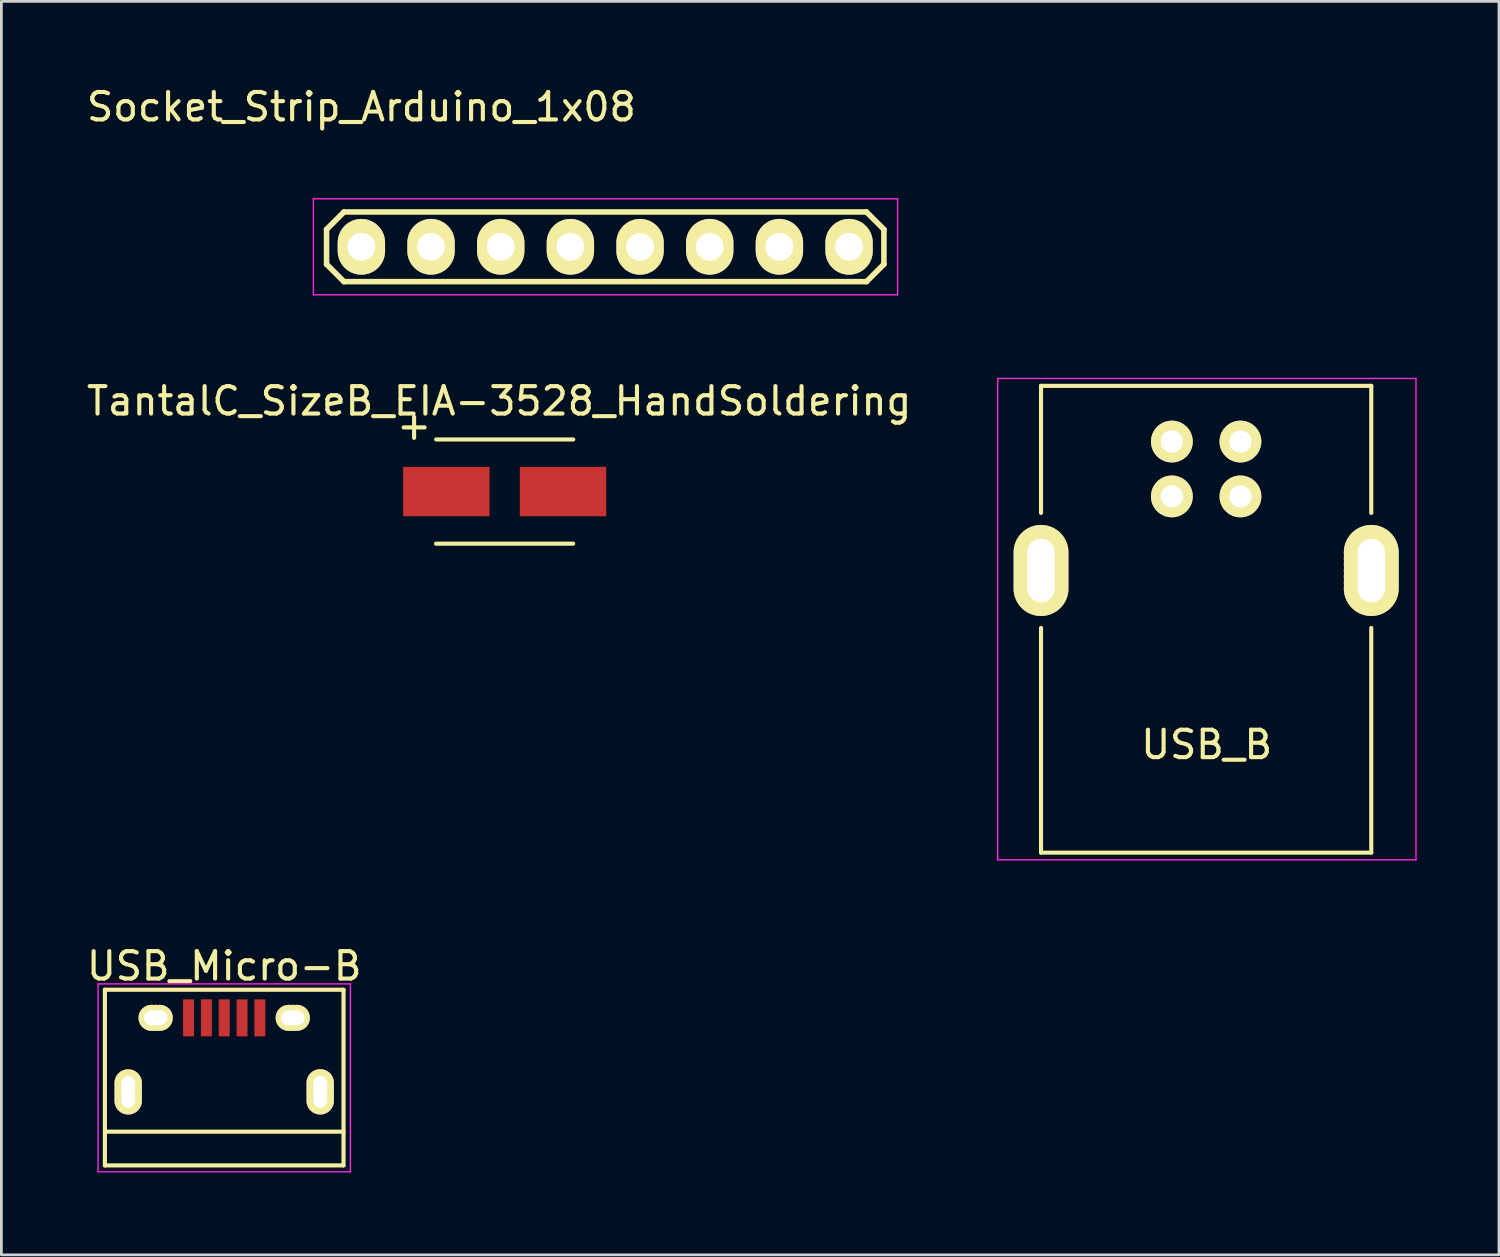
<source format=kicad_pcb>
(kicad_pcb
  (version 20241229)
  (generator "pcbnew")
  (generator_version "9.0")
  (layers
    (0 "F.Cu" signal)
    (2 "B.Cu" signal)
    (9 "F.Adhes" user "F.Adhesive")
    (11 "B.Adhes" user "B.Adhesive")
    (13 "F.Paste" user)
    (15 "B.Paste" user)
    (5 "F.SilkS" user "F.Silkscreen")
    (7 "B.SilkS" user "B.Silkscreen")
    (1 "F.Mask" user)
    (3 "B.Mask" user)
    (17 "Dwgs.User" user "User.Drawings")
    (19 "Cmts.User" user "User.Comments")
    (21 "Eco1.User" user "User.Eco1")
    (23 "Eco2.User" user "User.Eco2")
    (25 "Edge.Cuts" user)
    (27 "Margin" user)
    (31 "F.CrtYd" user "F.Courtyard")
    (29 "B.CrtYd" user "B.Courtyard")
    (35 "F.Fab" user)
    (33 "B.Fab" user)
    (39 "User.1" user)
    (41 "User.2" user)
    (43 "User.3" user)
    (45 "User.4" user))
  (footprint "Socket_Strip_Arduino_1x08"
    (layer "F.Cu")
    (at 10.125 5.948)
    (property "Reference" "Socket_Strip_Arduino_1x08" (at 0 -5.1 0) (layer "F.SilkS") (effects (font (size 1 1) (thickness 0.15))))
    (attr through_hole)
    (fp_line (start -1.27 -0.635) (end -0.635 -1.27) (stroke (width 0.203) (type solid)) (layer "F.SilkS"))
    (fp_line (start -1.27 0.635) (end -1.27 -0.635) (stroke (width 0.203) (type solid)) (layer "F.SilkS"))
    (fp_line (start -0.635 -1.27) (end 18.415 -1.27) (stroke (width 0.203) (type solid)) (layer "F.SilkS"))
    (fp_line (start -0.635 1.27) (end -1.27 0.635) (stroke (width 0.203) (type solid)) (layer "F.SilkS"))
    (fp_line (start 18.415 -1.27) (end 19.05 -0.635) (stroke (width 0.203) (type solid)) (layer "F.SilkS"))
    (fp_line (start 18.415 1.27) (end -0.635 1.27) (stroke (width 0.203) (type solid)) (layer "F.SilkS"))
    (fp_line (start 19.05 -0.635) (end 19.05 0.635) (stroke (width 0.203) (type solid)) (layer "F.SilkS"))
    (fp_line (start 19.05 0.635) (end 18.415 1.27) (stroke (width 0.203) (type solid)) (layer "F.SilkS"))
    (fp_line (start -1.75 -1.75) (end -1.75 1.75) (stroke (width 0.05) (type solid)) (layer "F.CrtYd"))
    (fp_line (start -1.75 -1.75) (end 19.55 -1.75) (stroke (width 0.05) (type solid)) (layer "F.CrtYd"))
    (fp_line (start -1.75 1.75) (end 19.55 1.75) (stroke (width 0.05) (type solid)) (layer "F.CrtYd"))
    (fp_line (start 19.55 -1.75) (end 19.55 1.75) (stroke (width 0.05) (type solid)) (layer "F.CrtYd"))
    (pad "1" thru_hole oval (at 0 0) (size 1.727 2.032) (drill 1.016) (layers "*.Cu" "*.Mask" "F.SilkS"))
    (pad "2" thru_hole oval (at 2.54 0) (size 1.727 2.032) (drill 1.016) (layers "*.Cu" "*.Mask" "F.SilkS"))
    (pad "3" thru_hole oval (at 5.08 0) (size 1.727 2.032) (drill 1.016) (layers "*.Cu" "*.Mask" "F.SilkS"))
    (pad "4" thru_hole oval (at 7.62 0) (size 1.727 2.032) (drill 1.016) (layers "*.Cu" "*.Mask" "F.SilkS"))
    (pad "5" thru_hole oval (at 10.16 0) (size 1.727 2.032) (drill 1.016) (layers "*.Cu" "*.Mask" "F.SilkS"))
    (pad "6" thru_hole oval (at 12.7 0) (size 1.727 2.032) (drill 1.016) (layers "*.Cu" "*.Mask" "F.SilkS"))
    (pad "7" thru_hole oval (at 15.24 0) (size 1.727 2.032) (drill 1.016) (layers "*.Cu" "*.Mask" "F.SilkS"))
    (pad "8" thru_hole oval (at 17.78 0) (size 1.727 2.032) (drill 1.016) (layers "*.Cu" "*.Mask" "F.SilkS")))
  (footprint "USB_B"
    (layer "F.Cu")
    (at 40.923 14.048)
    (property "Reference" "USB_B" (at 0.02 10.05 0) (layer "F.SilkS") (effects (font (size 1 1) (thickness 0.15))))
    (attr through_hole)
    (fp_line (start -6.02 -3.032) (end -6.02 1.603) (stroke (width 0.15) (type solid)) (layer "F.SilkS"))
    (fp_line (start -6.02 -3.031) (end 6.02 -3.031) (stroke (width 0.15) (type solid)) (layer "F.SilkS"))
    (fp_line (start -6.02 13.986) (end -6.02 5.795) (stroke (width 0.15) (type solid)) (layer "F.SilkS"))
    (fp_line (start 6.02 -3.032) (end 6.02 1.603) (stroke (width 0.15) (type solid)) (layer "F.SilkS"))
    (fp_line (start 6.02 13.986) (end 6.02 5.795) (stroke (width 0.15) (type solid)) (layer "F.SilkS"))
    (fp_line (start 6.02 13.987) (end -6.02 13.987) (stroke (width 0.15) (type solid)) (layer "F.SilkS"))
    (fp_line (start -7.6 -3.3) (end 7.65 -3.3) (stroke (width 0.05) (type solid)) (layer "F.CrtYd"))
    (fp_line (start -7.6 14.25) (end -7.6 -3.3) (stroke (width 0.05) (type solid)) (layer "F.CrtYd"))
    (fp_line (start 7.65 -3.3) (end 7.65 14.25) (stroke (width 0.05) (type solid)) (layer "F.CrtYd"))
    (fp_line (start 7.65 14.25) (end -7.6 14.25) (stroke (width 0.05) (type solid)) (layer "F.CrtYd"))
    (pad "1" thru_hole circle (at 1.25 -1 180) (size 1.524 1.524) (drill 0.813) (layers "*.Cu" "*.Mask" "F.SilkS"))
    (pad "2" thru_hole circle (at -1.25 -1 180) (size 1.524 1.524) (drill 0.813) (layers "*.Cu" "*.Mask" "F.SilkS"))
    (pad "3" thru_hole circle (at -1.25 1 180) (size 1.524 1.524) (drill 0.813) (layers "*.Cu" "*.Mask" "F.SilkS"))
    (pad "4" thru_hole circle (at 1.25 1 180) (size 1.524 1.524) (drill 0.813) (layers "*.Cu" "*.Mask" "F.SilkS"))
    (pad "5" thru_hole circle (at -6.02 3.04 180) (size 2 2) (drill 1) (layers "*.Cu" "*.Mask" "F.SilkS"))
    (pad "5" thru_hole circle (at -6.02 3.26 180) (size 2 2) (drill 1) (layers "*.Cu" "*.Mask" "F.SilkS"))
    (pad "5" thru_hole circle (at -6.02 3.48 180) (size 2 2) (drill 1) (layers "*.Cu" "*.Mask" "F.SilkS"))
    (pad "5" thru_hole circle (at -6.02 3.7 180) (size 2 2) (drill 1) (layers "*.Cu" "*.Mask" "F.SilkS"))
    (pad "5" thru_hole circle (at -6.02 3.92 180) (size 2 2) (drill 1) (layers "*.Cu" "*.Mask" "F.SilkS"))
    (pad "5" thru_hole circle (at -6.02 4.14 180) (size 2 2) (drill 1) (layers "*.Cu" "*.Mask" "F.SilkS"))
    (pad "5" thru_hole circle (at -6.02 4.36 180) (size 2 2) (drill 1) (layers "*.Cu" "*.Mask" "F.SilkS"))
    (pad "5" thru_hole circle (at 6.02 3.04 180) (size 2 2) (drill 1) (layers "*.Cu" "*.Mask" "F.SilkS"))
    (pad "5" thru_hole circle (at 6.02 3.26 180) (size 2 2) (drill 1) (layers "*.Cu" "*.Mask" "F.SilkS"))
    (pad "5" thru_hole circle (at 6.02 3.48 180) (size 2 2) (drill 1) (layers "*.Cu" "*.Mask" "F.SilkS"))
    (pad "5" thru_hole circle (at 6.02 3.7 180) (size 2 2) (drill 1) (layers "*.Cu" "*.Mask" "F.SilkS"))
    (pad "5" thru_hole circle (at 6.02 3.92 180) (size 2 2) (drill 1) (layers "*.Cu" "*.Mask" "F.SilkS"))
    (pad "5" thru_hole circle (at 6.02 4.14 180) (size 2 2) (drill 1) (layers "*.Cu" "*.Mask" "F.SilkS"))
    (pad "5" thru_hole circle (at 6.02 4.36 180) (size 2 2) (drill 1) (layers "*.Cu" "*.Mask" "F.SilkS")))
  (footprint "USB_Micro-B"
    (layer "F.Cu")
    (at 5.125 35.621)
    (property "Reference" "USB_Micro-B" (at 0 -3.45 0) (layer "F.SilkS") (effects (font (size 1 1) (thickness 0.15))))
    (attr smd)
    (fp_line (start -4.351 -2.588) (end 4.349 -2.588) (stroke (width 0.15) (type solid)) (layer "F.SilkS"))
    (fp_line (start -4.351 3.817) (end -4.351 -2.588) (stroke (width 0.15) (type solid)) (layer "F.SilkS"))
    (fp_line (start -4.351 3.817) (end 4.349 3.817) (stroke (width 0.15) (type solid)) (layer "F.SilkS"))
    (fp_line (start 4.349 -2.588) (end 4.349 3.817) (stroke (width 0.15) (type solid)) (layer "F.SilkS"))
    (fp_line (start 4.349 2.587) (end -4.351 2.587) (stroke (width 0.15) (type solid)) (layer "F.SilkS"))
    (fp_line (start -4.6 -2.8) (end 4.6 -2.8) (stroke (width 0.05) (type solid)) (layer "F.CrtYd"))
    (fp_line (start -4.6 4.05) (end -4.6 -2.8) (stroke (width 0.05) (type solid)) (layer "F.CrtYd"))
    (fp_line (start 4.6 -2.8) (end 4.6 4.05) (stroke (width 0.05) (type solid)) (layer "F.CrtYd"))
    (fp_line (start 4.6 4.05) (end -4.6 4.05) (stroke (width 0.05) (type solid)) (layer "F.CrtYd"))
    (pad "1" smd rect (at -1.301 -1.563 90) (size 1.35 0.4) (layers "F.Cu" "F.Mask" "F.Paste"))
    (pad "2" smd rect (at -0.651 -1.563 90) (size 1.35 0.4) (layers "F.Cu" "F.Mask" "F.Paste"))
    (pad "3" smd rect (at -0.001 -1.563 90) (size 1.35 0.4) (layers "F.Cu" "F.Mask" "F.Paste"))
    (pad "4" smd rect (at 0.649 -1.563 90) (size 1.35 0.4) (layers "F.Cu" "F.Mask" "F.Paste"))
    (pad "5" smd rect (at 1.299 -1.563 90) (size 1.35 0.4) (layers "F.Cu" "F.Mask" "F.Paste"))
    (pad "6" thru_hole circle (at -3.501 0.812 90) (size 1 1) (drill 0.5) (layers "*.Cu" "*.Mask" "F.SilkS"))
    (pad "6" thru_hole circle (at -3.501 0.975 90) (size 1 1) (drill 0.5) (layers "*.Cu" "*.Mask" "F.SilkS"))
    (pad "6" thru_hole circle (at -3.501 1.137 90) (size 1 1) (drill 0.5) (layers "*.Cu" "*.Mask" "F.SilkS"))
    (pad "6" thru_hole circle (at -3.501 1.3 90) (size 1 1) (drill 0.5) (layers "*.Cu" "*.Mask" "F.SilkS"))
    (pad "6" thru_hole circle (at -3.501 1.462 90) (size 1 1) (drill 0.5) (layers "*.Cu" "*.Mask" "F.SilkS"))
    (pad "6" thru_hole circle (at -2.651 -1.563 90) (size 0.95 0.95) (drill 0.55) (layers "*.Cu" "*.Mask" "F.SilkS"))
    (pad "6" thru_hole circle (at -2.501 -1.563 90) (size 0.95 0.95) (drill 0.55) (layers "*.Cu" "*.Mask" "F.SilkS"))
    (pad "6" thru_hole circle (at -2.351 -1.563 90) (size 0.95 0.95) (drill 0.55) (layers "*.Cu" "*.Mask" "F.SilkS"))
    (pad "6" thru_hole circle (at 2.349 -1.563 90) (size 0.95 0.95) (drill 0.55) (layers "*.Cu" "*.Mask" "F.SilkS"))
    (pad "6" thru_hole circle (at 2.499 -1.563 90) (size 0.95 0.95) (drill 0.55) (layers "*.Cu" "*.Mask" "F.SilkS"))
    (pad "6" thru_hole circle (at 2.649 -1.563 90) (size 0.95 0.95) (drill 0.55) (layers "*.Cu" "*.Mask" "F.SilkS"))
    (pad "6" thru_hole circle (at 3.499 0.807 90) (size 1 1) (drill 0.5) (layers "*.Cu" "*.Mask" "F.SilkS"))
    (pad "6" thru_hole circle (at 3.499 0.972 90) (size 1 1) (drill 0.5) (layers "*.Cu" "*.Mask" "F.SilkS"))
    (pad "6" thru_hole circle (at 3.499 1.137 90) (size 1 1) (drill 0.5) (layers "*.Cu" "*.Mask" "F.SilkS"))
    (pad "6" thru_hole circle (at 3.499 1.3 90) (size 1 1) (drill 0.5) (layers "*.Cu" "*.Mask" "F.SilkS"))
    (pad "6" thru_hole circle (at 3.499 1.462 90) (size 1 1) (drill 0.5) (layers "*.Cu" "*.Mask" "F.SilkS")))
  (footprint "TantalC_SizeB_EIA-3528_HandSoldering"
    (layer "F.Cu")
    (at 15.349 14.871)
    (property "Reference" "TantalC_SizeB_EIA-3528_HandSoldering" (at -0.201 -3.299 0) (layer "F.SilkS") (effects (font (size 1 1) (thickness 0.15))))
    (attr smd)
    (fp_line (start 2.497 1.9) (end -2.502 1.9) (stroke (width 0.15) (type solid)) (layer "F.SilkS"))
    (fp_line (start 2.499 -1.9) (end -2.499 -1.9) (stroke (width 0.15) (type solid)) (layer "F.SilkS"))
    (fp_text user "+" (at -3.302 -2.413 0) (layer "F.SilkS") (effects (font (size 1 1) (thickness 0.15))))
    (pad "1" smd rect (at -2.126 0) (size 3.15 1.801) (layers "F.Cu" "F.Mask" "F.Paste"))
    (pad "2" smd rect (at 2.126 0) (size 3.15 1.801) (layers "F.Cu" "F.Mask" "F.Paste")))
  (gr_rect
    (start -3 -3)
    (end 51.598 42.697)
    (stroke (width 0.1) (type default))
    (fill no)
    (layer "Edge.Cuts")))
</source>
